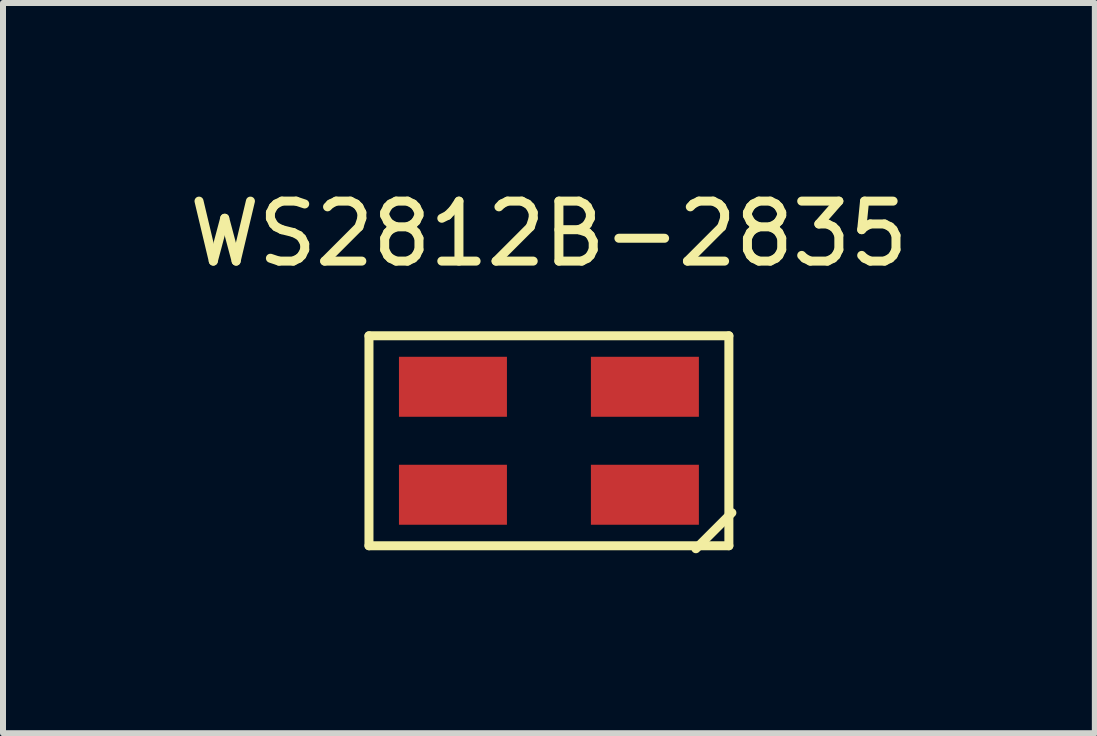
<source format=kicad_pcb>
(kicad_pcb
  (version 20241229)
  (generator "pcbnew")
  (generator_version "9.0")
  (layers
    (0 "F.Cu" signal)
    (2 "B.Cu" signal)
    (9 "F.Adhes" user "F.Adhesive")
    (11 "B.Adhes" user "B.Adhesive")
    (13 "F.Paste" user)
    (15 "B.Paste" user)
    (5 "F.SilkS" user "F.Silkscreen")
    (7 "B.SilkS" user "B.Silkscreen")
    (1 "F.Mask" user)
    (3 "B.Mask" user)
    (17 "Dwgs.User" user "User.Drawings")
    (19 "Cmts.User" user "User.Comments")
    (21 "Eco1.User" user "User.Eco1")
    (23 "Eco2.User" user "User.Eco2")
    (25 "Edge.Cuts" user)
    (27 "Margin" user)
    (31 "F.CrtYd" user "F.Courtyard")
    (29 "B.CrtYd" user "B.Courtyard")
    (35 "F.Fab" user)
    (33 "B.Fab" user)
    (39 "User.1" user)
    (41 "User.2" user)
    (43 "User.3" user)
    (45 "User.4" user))
  (footprint "WS2812B-2835"
    (layer "F.Cu")
    (at 6.101 4.298)
    (property "Reference" "WS2812B-2835" (at 0 -3.45 0) (layer "F.SilkS") (effects (font (size 1 1) (thickness 0.15))))
    (attr through_hole)
    (fp_line (start -3 -1.75) (end -3 1.75) (stroke (width 0.15) (type solid)) (layer "F.SilkS"))
    (fp_line (start -3 -1.75) (end 3 -1.75) (stroke (width 0.15) (type solid)) (layer "F.SilkS"))
    (fp_line (start -3 1.75) (end 3 1.75) (stroke (width 0.15) (type solid)) (layer "F.SilkS"))
    (fp_line (start 2.45 1.8) (end 3.05 1.2) (stroke (width 0.15) (type solid)) (layer "F.SilkS"))
    (fp_line (start 3 -1.75) (end 3 1.75) (stroke (width 0.15) (type solid)) (layer "F.SilkS"))
    (pad "G" smd rect (at 1.6 0.9) (size 1.8 1) (layers "F.Cu" "F.Mask" "F.Paste"))
    (pad "I" smd rect (at 1.6 -0.9) (size 1.8 1) (layers "F.Cu" "F.Mask" "F.Paste"))
    (pad "O" smd rect (at -1.6 0.9) (size 1.8 1) (layers "F.Cu" "F.Mask" "F.Paste"))
    (pad "V" smd rect (at -1.6 -0.9) (size 1.8 1) (layers "F.Cu" "F.Mask" "F.Paste")))
  (gr_rect
    (start -3 -3)
    (end 15.202 9.173)
    (stroke (width 0.1) (type default))
    (fill no)
    (layer "Edge.Cuts")))
</source>
